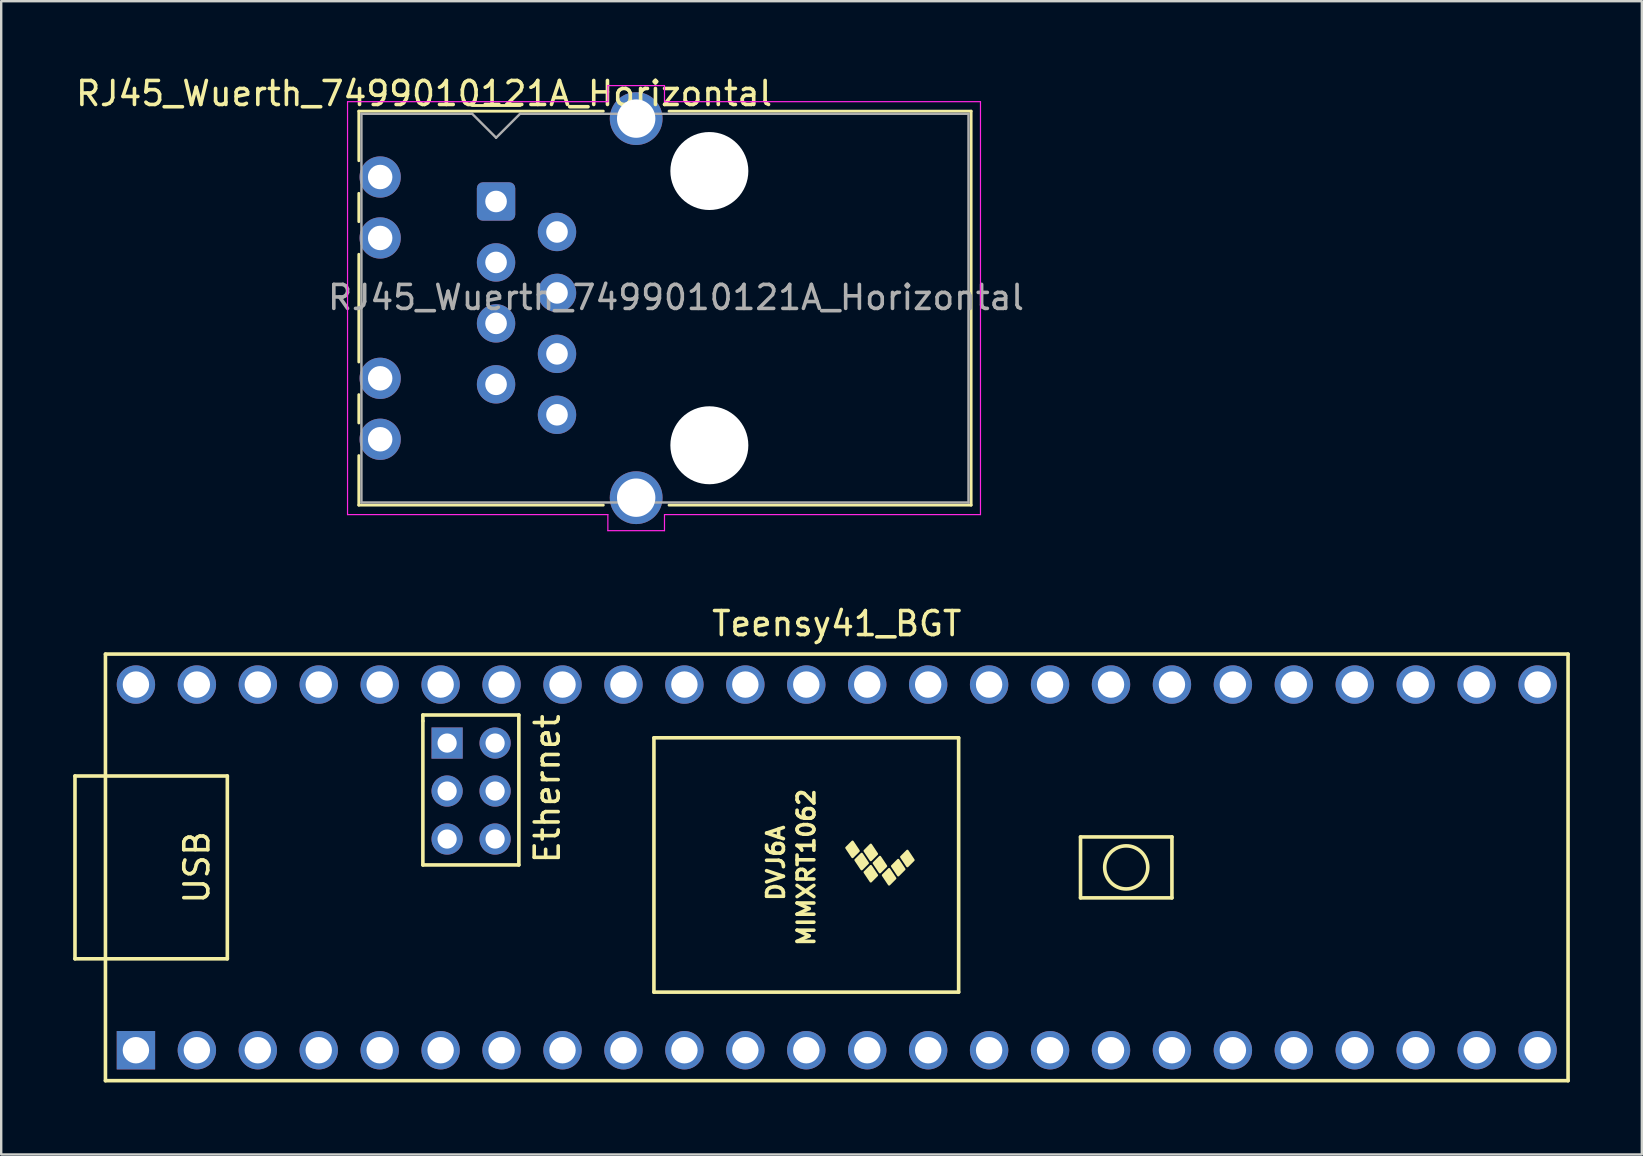
<source format=kicad_pcb>
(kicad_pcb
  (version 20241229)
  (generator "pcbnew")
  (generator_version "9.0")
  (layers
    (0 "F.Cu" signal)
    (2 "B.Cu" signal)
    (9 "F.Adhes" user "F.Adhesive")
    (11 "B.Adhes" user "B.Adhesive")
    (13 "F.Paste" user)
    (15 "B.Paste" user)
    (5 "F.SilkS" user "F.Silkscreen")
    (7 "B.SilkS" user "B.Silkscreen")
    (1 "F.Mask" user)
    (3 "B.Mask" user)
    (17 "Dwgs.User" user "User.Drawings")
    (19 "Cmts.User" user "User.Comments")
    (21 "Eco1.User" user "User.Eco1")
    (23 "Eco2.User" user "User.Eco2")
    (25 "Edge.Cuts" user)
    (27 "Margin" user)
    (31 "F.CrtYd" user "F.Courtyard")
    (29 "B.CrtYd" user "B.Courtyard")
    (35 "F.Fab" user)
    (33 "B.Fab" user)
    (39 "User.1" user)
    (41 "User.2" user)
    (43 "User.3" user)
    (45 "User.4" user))
  (footprint "Teensy41_BGT"
    (layer "F.Cu")
    (at 31.825 33.102)
    (property "Reference" "Teensy41_BGT" (at 0 -10.16 0) (layer "F.SilkS") (effects (font (size 1 1) (thickness 0.15))))
    (attr through_hole)
    (fp_line (start -31.75 -3.81) (end -30.48 -3.81) (stroke (width 0.15) (type solid)) (layer "F.SilkS"))
    (fp_line (start -31.75 3.81) (end -31.75 -3.81) (stroke (width 0.15) (type solid)) (layer "F.SilkS"))
    (fp_line (start -30.48 -8.89) (end 30.48 -8.89) (stroke (width 0.15) (type solid)) (layer "F.SilkS"))
    (fp_line (start -30.48 3.81) (end -31.75 3.81) (stroke (width 0.15) (type solid)) (layer "F.SilkS"))
    (fp_line (start -30.48 8.89) (end -30.48 -8.89) (stroke (width 0.15) (type solid)) (layer "F.SilkS"))
    (fp_line (start -25.4 -3.81) (end -30.48 -3.81) (stroke (width 0.15) (type solid)) (layer "F.SilkS"))
    (fp_line (start -25.4 3.81) (end -30.48 3.81) (stroke (width 0.15) (type solid)) (layer "F.SilkS"))
    (fp_line (start -25.4 3.81) (end -25.4 -3.81) (stroke (width 0.15) (type solid)) (layer "F.SilkS"))
    (fp_line (start -17.25 -6.352) (end -17.25 -6.102) (stroke (width 0.15) (type solid)) (layer "F.SilkS"))
    (fp_line (start -17.25 -6.102) (end -17.25 -0.102) (stroke (width 0.15) (type solid)) (layer "F.SilkS"))
    (fp_line (start -17.25 -0.102) (end -13.25 -0.102) (stroke (width 0.15) (type solid)) (layer "F.SilkS"))
    (fp_line (start -13.25 -6.352) (end -17.25 -6.352) (stroke (width 0.15) (type solid)) (layer "F.SilkS"))
    (fp_line (start -13.25 -0.102) (end -13.25 -6.352) (stroke (width 0.15) (type solid)) (layer "F.SilkS"))
    (fp_line (start -7.62 -5.4) (end -7.62 5.2) (stroke (width 0.15) (type solid)) (layer "F.SilkS"))
    (fp_line (start -7.62 5.2) (end 5.08 5.2) (stroke (width 0.15) (type solid)) (layer "F.SilkS"))
    (fp_line (start 5.08 -5.4) (end -7.62 -5.4) (stroke (width 0.15) (type solid)) (layer "F.SilkS"))
    (fp_line (start 5.08 5.2) (end 5.08 -5.4) (stroke (width 0.15) (type solid)) (layer "F.SilkS"))
    (fp_line (start 10.16 -1.27) (end 13.97 -1.27) (stroke (width 0.15) (type solid)) (layer "F.SilkS"))
    (fp_line (start 10.16 1.27) (end 10.16 -1.27) (stroke (width 0.15) (type solid)) (layer "F.SilkS"))
    (fp_line (start 13.97 -1.27) (end 13.97 1.27) (stroke (width 0.15) (type solid)) (layer "F.SilkS"))
    (fp_line (start 13.97 1.27) (end 10.16 1.27) (stroke (width 0.15) (type solid)) (layer "F.SilkS"))
    (fp_line (start 30.48 -8.89) (end 30.48 8.89) (stroke (width 0.15) (type solid)) (layer "F.SilkS"))
    (fp_line (start 30.48 8.89) (end -30.48 8.89) (stroke (width 0.15) (type solid)) (layer "F.SilkS"))
    (fp_circle (center 12.065 0) (end 12.7 -0.635) (stroke (width 0.15) (type solid)) (fill no) (layer "F.SilkS"))
    (fp_poly (pts (xy 0.911 -0.688) (xy 0.657 -0.434) (xy 0.403 -0.815) (xy 0.657 -1.069)) (stroke (width 0.1) (type solid)) (fill yes) (layer "F.SilkS"))
    (fp_poly (pts (xy 1.292 -0.18) (xy 1.038 0.074) (xy 0.784 -0.307) (xy 1.038 -0.561)) (stroke (width 0.1) (type solid)) (fill yes) (layer "F.SilkS"))
    (fp_poly (pts (xy 1.673 -0.561) (xy 1.419 -0.307) (xy 1.165 -0.688) (xy 1.419 -0.942)) (stroke (width 0.1) (type solid)) (fill yes) (layer "F.SilkS"))
    (fp_poly (pts (xy 1.673 0.328) (xy 1.419 0.582) (xy 1.165 0.201) (xy 1.419 -0.053)) (stroke (width 0.1) (type solid)) (fill yes) (layer "F.SilkS"))
    (fp_poly (pts (xy 2.054 -0.053) (xy 1.8 0.201) (xy 1.546 -0.18) (xy 1.8 -0.434)) (stroke (width 0.1) (type solid)) (fill yes) (layer "F.SilkS"))
    (fp_poly (pts (xy 2.435 0.455) (xy 2.181 0.709) (xy 1.927 0.328) (xy 2.181 0.074)) (stroke (width 0.1) (type solid)) (fill yes) (layer "F.SilkS"))
    (fp_poly (pts (xy 2.816 0.074) (xy 2.562 0.328) (xy 2.308 -0.053) (xy 2.562 -0.307)) (stroke (width 0.1) (type solid)) (fill yes) (layer "F.SilkS"))
    (fp_poly (pts (xy 3.197 -0.307) (xy 2.943 -0.053) (xy 2.689 -0.434) (xy 2.943 -0.688)) (stroke (width 0.1) (type solid)) (fill yes) (layer "F.SilkS"))
    (fp_text user "USB" (at -26.67 0 270) (layer "F.SilkS") (effects (font (size 1 1) (thickness 0.15))))
    (fp_text user "Ethernet" (at -12.065 -3.277 90) (layer "F.SilkS") (effects (font (size 1 1) (thickness 0.15))))
    (fp_text user "DVJ6A" (at -2.54 -0.18 270) (layer "F.SilkS") (effects (font (size 0.7 0.7) (thickness 0.15))))
    (fp_text user "MIMXRT1062" (at -1.27 0 270) (layer "F.SilkS") (effects (font (size 0.7 0.7) (thickness 0.15))))
    (pad "1" thru_hole rect (at -29.21 7.62) (size 1.6 1.6) (drill 1.1) (layers "*.Cu" "*.Mask"))
    (pad "2" thru_hole circle (at -26.67 7.62) (size 1.6 1.6) (drill 1.1) (layers "*.Cu" "*.Mask"))
    (pad "3" thru_hole circle (at -24.13 7.62) (size 1.6 1.6) (drill 1.1) (layers "*.Cu" "*.Mask"))
    (pad "4" thru_hole circle (at -21.59 7.62) (size 1.6 1.6) (drill 1.1) (layers "*.Cu" "*.Mask"))
    (pad "5" thru_hole circle (at -19.05 7.62) (size 1.6 1.6) (drill 1.1) (layers "*.Cu" "*.Mask"))
    (pad "6" thru_hole circle (at -16.51 7.62) (size 1.6 1.6) (drill 1.1) (layers "*.Cu" "*.Mask"))
    (pad "7" thru_hole circle (at -13.97 7.62) (size 1.6 1.6) (drill 1.1) (layers "*.Cu" "*.Mask"))
    (pad "8" thru_hole circle (at -11.43 7.62) (size 1.6 1.6) (drill 1.1) (layers "*.Cu" "*.Mask"))
    (pad "9" thru_hole circle (at -8.89 7.62) (size 1.6 1.6) (drill 1.1) (layers "*.Cu" "*.Mask"))
    (pad "10" thru_hole circle (at -6.35 7.62) (size 1.6 1.6) (drill 1.1) (layers "*.Cu" "*.Mask"))
    (pad "11" thru_hole circle (at -3.81 7.62) (size 1.6 1.6) (drill 1.1) (layers "*.Cu" "*.Mask"))
    (pad "12" thru_hole circle (at -1.27 7.62) (size 1.6 1.6) (drill 1.1) (layers "*.Cu" "*.Mask"))
    (pad "13" thru_hole circle (at 1.27 7.62) (size 1.6 1.6) (drill 1.1) (layers "*.Cu" "*.Mask"))
    (pad "14" thru_hole circle (at 3.81 7.62) (size 1.6 1.6) (drill 1.1) (layers "*.Cu" "*.Mask"))
    (pad "15" thru_hole circle (at 6.35 7.62) (size 1.6 1.6) (drill 1.1) (layers "*.Cu" "*.Mask"))
    (pad "16" thru_hole circle (at 8.89 7.62) (size 1.6 1.6) (drill 1.1) (layers "*.Cu" "*.Mask"))
    (pad "17" thru_hole circle (at 11.43 7.62) (size 1.6 1.6) (drill 1.1) (layers "*.Cu" "*.Mask"))
    (pad "18" thru_hole circle (at 13.97 7.62) (size 1.6 1.6) (drill 1.1) (layers "*.Cu" "*.Mask"))
    (pad "19" thru_hole circle (at 16.51 7.62) (size 1.6 1.6) (drill 1.1) (layers "*.Cu" "*.Mask"))
    (pad "20" thru_hole circle (at 19.05 7.62) (size 1.6 1.6) (drill 1.1) (layers "*.Cu" "*.Mask"))
    (pad "21" thru_hole circle (at 21.59 7.62) (size 1.6 1.6) (drill 1.1) (layers "*.Cu" "*.Mask"))
    (pad "22" thru_hole circle (at 24.13 7.62) (size 1.6 1.6) (drill 1.1) (layers "*.Cu" "*.Mask"))
    (pad "23" thru_hole circle (at 26.67 7.62) (size 1.6 1.6) (drill 1.1) (layers "*.Cu" "*.Mask"))
    (pad "24" thru_hole circle (at 29.21 7.62) (size 1.6 1.6) (drill 1.1) (layers "*.Cu" "*.Mask"))
    (pad "25" thru_hole circle (at 29.21 -7.62) (size 1.6 1.6) (drill 1.1) (layers "*.Cu" "*.Mask"))
    (pad "26" thru_hole circle (at 26.67 -7.62) (size 1.6 1.6) (drill 1.1) (layers "*.Cu" "*.Mask"))
    (pad "27" thru_hole circle (at 24.13 -7.62) (size 1.6 1.6) (drill 1.1) (layers "*.Cu" "*.Mask"))
    (pad "28" thru_hole circle (at 21.59 -7.62) (size 1.6 1.6) (drill 1.1) (layers "*.Cu" "*.Mask"))
    (pad "29" thru_hole circle (at 19.05 -7.62) (size 1.6 1.6) (drill 1.1) (layers "*.Cu" "*.Mask"))
    (pad "30" thru_hole circle (at 16.51 -7.62) (size 1.6 1.6) (drill 1.1) (layers "*.Cu" "*.Mask"))
    (pad "31" thru_hole circle (at 13.97 -7.62) (size 1.6 1.6) (drill 1.1) (layers "*.Cu" "*.Mask"))
    (pad "32" thru_hole circle (at 11.43 -7.62) (size 1.6 1.6) (drill 1.1) (layers "*.Cu" "*.Mask"))
    (pad "33" thru_hole circle (at 8.89 -7.62) (size 1.6 1.6) (drill 1.1) (layers "*.Cu" "*.Mask"))
    (pad "34" thru_hole circle (at 6.35 -7.62) (size 1.6 1.6) (drill 1.1) (layers "*.Cu" "*.Mask"))
    (pad "35" thru_hole circle (at 3.81 -7.62) (size 1.6 1.6) (drill 1.1) (layers "*.Cu" "*.Mask"))
    (pad "36" thru_hole circle (at 1.27 -7.62) (size 1.6 1.6) (drill 1.1) (layers "*.Cu" "*.Mask"))
    (pad "37" thru_hole circle (at -1.27 -7.62) (size 1.6 1.6) (drill 1.1) (layers "*.Cu" "*.Mask"))
    (pad "38" thru_hole circle (at -3.81 -7.62) (size 1.6 1.6) (drill 1.1) (layers "*.Cu" "*.Mask"))
    (pad "39" thru_hole circle (at -6.35 -7.62) (size 1.6 1.6) (drill 1.1) (layers "*.Cu" "*.Mask"))
    (pad "40" thru_hole circle (at -8.89 -7.62) (size 1.6 1.6) (drill 1.1) (layers "*.Cu" "*.Mask"))
    (pad "41" thru_hole circle (at -11.43 -7.62) (size 1.6 1.6) (drill 1.1) (layers "*.Cu" "*.Mask"))
    (pad "42" thru_hole circle (at -13.97 -7.62) (size 1.6 1.6) (drill 1.1) (layers "*.Cu" "*.Mask"))
    (pad "43" thru_hole circle (at -16.51 -7.62) (size 1.6 1.6) (drill 1.1) (layers "*.Cu" "*.Mask"))
    (pad "44" thru_hole circle (at -19.05 -7.62) (size 1.6 1.6) (drill 1.1) (layers "*.Cu" "*.Mask"))
    (pad "45" thru_hole circle (at -21.59 -7.62) (size 1.6 1.6) (drill 1.1) (layers "*.Cu" "*.Mask"))
    (pad "46" thru_hole circle (at -24.13 -7.62) (size 1.6 1.6) (drill 1.1) (layers "*.Cu" "*.Mask"))
    (pad "47" thru_hole circle (at -26.67 -7.62) (size 1.6 1.6) (drill 1.1) (layers "*.Cu" "*.Mask"))
    (pad "48" thru_hole circle (at -29.21 -7.62) (size 1.6 1.6) (drill 1.1) (layers "*.Cu" "*.Mask"))
    (pad "60" thru_hole rect (at -16.24 -5.182) (size 1.3 1.3) (drill 0.8) (layers "*.Cu" "*.Mask"))
    (pad "61" thru_hole circle (at -16.24 -3.182) (size 1.3 1.3) (drill 0.8) (layers "*.Cu" "*.Mask"))
    (pad "62" thru_hole circle (at -16.24 -1.182) (size 1.3 1.3) (drill 0.8) (layers "*.Cu" "*.Mask"))
    (pad "63" thru_hole circle (at -14.24 -1.182) (size 1.3 1.3) (drill 0.8) (layers "*.Cu" "*.Mask"))
    (pad "64" thru_hole circle (at -14.24 -3.182) (size 1.3 1.3) (drill 0.8) (layers "*.Cu" "*.Mask"))
    (pad "65" thru_hole circle (at -14.24 -5.182) (size 1.3 1.3) (drill 0.8) (layers "*.Cu" "*.Mask")))
  (footprint "RJ45_Wuerth_7499010121A_Horizontal"
    (layer "F.Cu")
    (at 17.625 5.348)
    (property "Reference" "RJ45_Wuerth_7499010121A_Horizontal" (at -3 -4.5 0) (layer "F.SilkS") (effects (font (size 1 1) (thickness 0.15))))
    (attr through_hole)
    (fp_line (start -5.72 -3.765) (end -5.72 -1.7) (stroke (width 0.12) (type solid)) (layer "F.SilkS"))
    (fp_line (start -5.72 0.84) (end -5.72 -0.34) (stroke (width 0.12) (type solid)) (layer "F.SilkS"))
    (fp_line (start -5.72 6.69) (end -5.72 2.2) (stroke (width 0.12) (type solid)) (layer "F.SilkS"))
    (fp_line (start -5.72 9.23) (end -5.72 8.05) (stroke (width 0.12) (type solid)) (layer "F.SilkS"))
    (fp_line (start -5.72 10.59) (end -5.72 12.655) (stroke (width 0.12) (type solid)) (layer "F.SilkS"))
    (fp_line (start -5.72 12.655) (end 4.47 12.655) (stroke (width 0.12) (type solid)) (layer "F.SilkS"))
    (fp_line (start -1 -4) (end 1 -4) (stroke (width 0.12) (type solid)) (layer "F.SilkS"))
    (fp_line (start 4.47 -3.765) (end -5.72 -3.765) (stroke (width 0.12) (type solid)) (layer "F.SilkS"))
    (fp_line (start 7.21 12.655) (end 19.8 12.655) (stroke (width 0.12) (type solid)) (layer "F.SilkS"))
    (fp_line (start 19.8 -3.765) (end 7.21 -3.765) (stroke (width 0.12) (type solid)) (layer "F.SilkS"))
    (fp_line (start 19.8 12.655) (end 19.8 -3.765) (stroke (width 0.12) (type solid)) (layer "F.SilkS"))
    (fp_line (start -6.19 -4.16) (end -6.19 13.05) (stroke (width 0.05) (type solid)) (layer "F.CrtYd"))
    (fp_line (start 4.66 -4.83) (end 4.66 -4.16) (stroke (width 0.05) (type solid)) (layer "F.CrtYd"))
    (fp_line (start 4.66 -4.16) (end -6.19 -4.16) (stroke (width 0.05) (type solid)) (layer "F.CrtYd"))
    (fp_line (start 4.66 13.05) (end -6.19 13.05) (stroke (width 0.05) (type solid)) (layer "F.CrtYd"))
    (fp_line (start 4.66 13.05) (end 4.66 13.72) (stroke (width 0.05) (type solid)) (layer "F.CrtYd"))
    (fp_line (start 7.02 -4.83) (end 4.66 -4.83) (stroke (width 0.05) (type solid)) (layer "F.CrtYd"))
    (fp_line (start 7.02 -4.83) (end 7.02 -4.16) (stroke (width 0.05) (type solid)) (layer "F.CrtYd"))
    (fp_line (start 7.02 13.05) (end 7.02 13.72) (stroke (width 0.05) (type solid)) (layer "F.CrtYd"))
    (fp_line (start 7.02 13.72) (end 4.66 13.72) (stroke (width 0.05) (type solid)) (layer "F.CrtYd"))
    (fp_line (start 20.19 -4.16) (end 7.02 -4.16) (stroke (width 0.05) (type solid)) (layer "F.CrtYd"))
    (fp_line (start 20.19 13.05) (end 7.02 13.05) (stroke (width 0.05) (type solid)) (layer "F.CrtYd"))
    (fp_line (start 20.19 13.05) (end 20.19 -4.16) (stroke (width 0.05) (type solid)) (layer "F.CrtYd"))
    (fp_line (start -5.61 -3.655) (end -5.61 12.545) (stroke (width 0.1) (type solid)) (layer "F.Fab"))
    (fp_line (start -5.61 12.545) (end 19.69 12.545) (stroke (width 0.1) (type solid)) (layer "F.Fab"))
    (fp_line (start -1 -3.655) (end -5.61 -3.655) (stroke (width 0.1) (type solid)) (layer "F.Fab"))
    (fp_line (start 0 -2.66) (end -1 -3.66) (stroke (width 0.1) (type solid)) (layer "F.Fab"))
    (fp_line (start 0 -2.655) (end 1 -3.655) (stroke (width 0.1) (type solid)) (layer "F.Fab"))
    (fp_line (start 19.69 -3.655) (end 1 -3.655) (stroke (width 0.1) (type solid)) (layer "F.Fab"))
    (fp_line (start 19.69 12.545) (end 19.69 -3.655) (stroke (width 0.1) (type solid)) (layer "F.Fab"))
    (fp_text user "${REFERENCE}" (at 7.5 4 180) (layer "F.Fab") (effects (font (size 1 1) (thickness 0.15))))
    (pad "" np_thru_hole circle (at 8.89 -1.27 90) (size 3.25 3.25) (drill 3.25) (layers "*.Cu" "*.Mask"))
    (pad "" np_thru_hole circle (at 8.89 10.16 90) (size 3.25 3.25) (drill 3.25) (layers "*.Cu" "*.Mask"))
    (pad "1" thru_hole roundrect (at 0 0 90) (size 1.6 1.6) (drill 0.9) (layers "*.Cu" "*.Mask") (roundrect_rratio 0.155))
    (pad "2" thru_hole circle (at 2.54 1.27 90) (size 1.6 1.6) (drill 0.9) (layers "*.Cu" "*.Mask"))
    (pad "3" thru_hole circle (at 0 2.54 90) (size 1.6 1.6) (drill 0.9) (layers "*.Cu" "*.Mask"))
    (pad "4" thru_hole circle (at 2.54 3.81 90) (size 1.6 1.6) (drill 0.9) (layers "*.Cu" "*.Mask"))
    (pad "5" thru_hole circle (at 0 5.08 90) (size 1.6 1.6) (drill 0.9) (layers "*.Cu" "*.Mask"))
    (pad "6" thru_hole circle (at 2.54 6.35 90) (size 1.6 1.6) (drill 0.9) (layers "*.Cu" "*.Mask"))
    (pad "7" thru_hole circle (at 0 7.62 90) (size 1.6 1.6) (drill 0.9) (layers "*.Cu" "*.Mask"))
    (pad "8" thru_hole circle (at 2.54 8.89 90) (size 1.6 1.6) (drill 0.9) (layers "*.Cu" "*.Mask"))
    (pad "9" thru_hole circle (at -4.83 -1.02 90) (size 1.72 1.72) (drill 1.02) (layers "*.Cu" "*.Mask"))
    (pad "10" thru_hole circle (at -4.83 1.52 90) (size 1.72 1.72) (drill 1.02) (layers "*.Cu" "*.Mask"))
    (pad "11" thru_hole circle (at -4.83 7.37 90) (size 1.72 1.72) (drill 1.02) (layers "*.Cu" "*.Mask"))
    (pad "12" thru_hole circle (at -4.83 9.91 90) (size 1.72 1.72) (drill 1.02) (layers "*.Cu" "*.Mask"))
    (pad "SH" thru_hole circle (at 5.84 -3.455 90) (size 2.2 2.2) (drill 1.6) (layers "*.Cu" "*.Mask"))
    (pad "SH" thru_hole circle (at 5.84 12.345 90) (size 2.2 2.2) (drill 1.6) (layers "*.Cu" "*.Mask")))
  (gr_rect
    (start -3 -3)
    (end 65.38 45.066)
    (stroke (width 0.1) (type default))
    (fill no)
    (layer "Edge.Cuts")))
</source>
